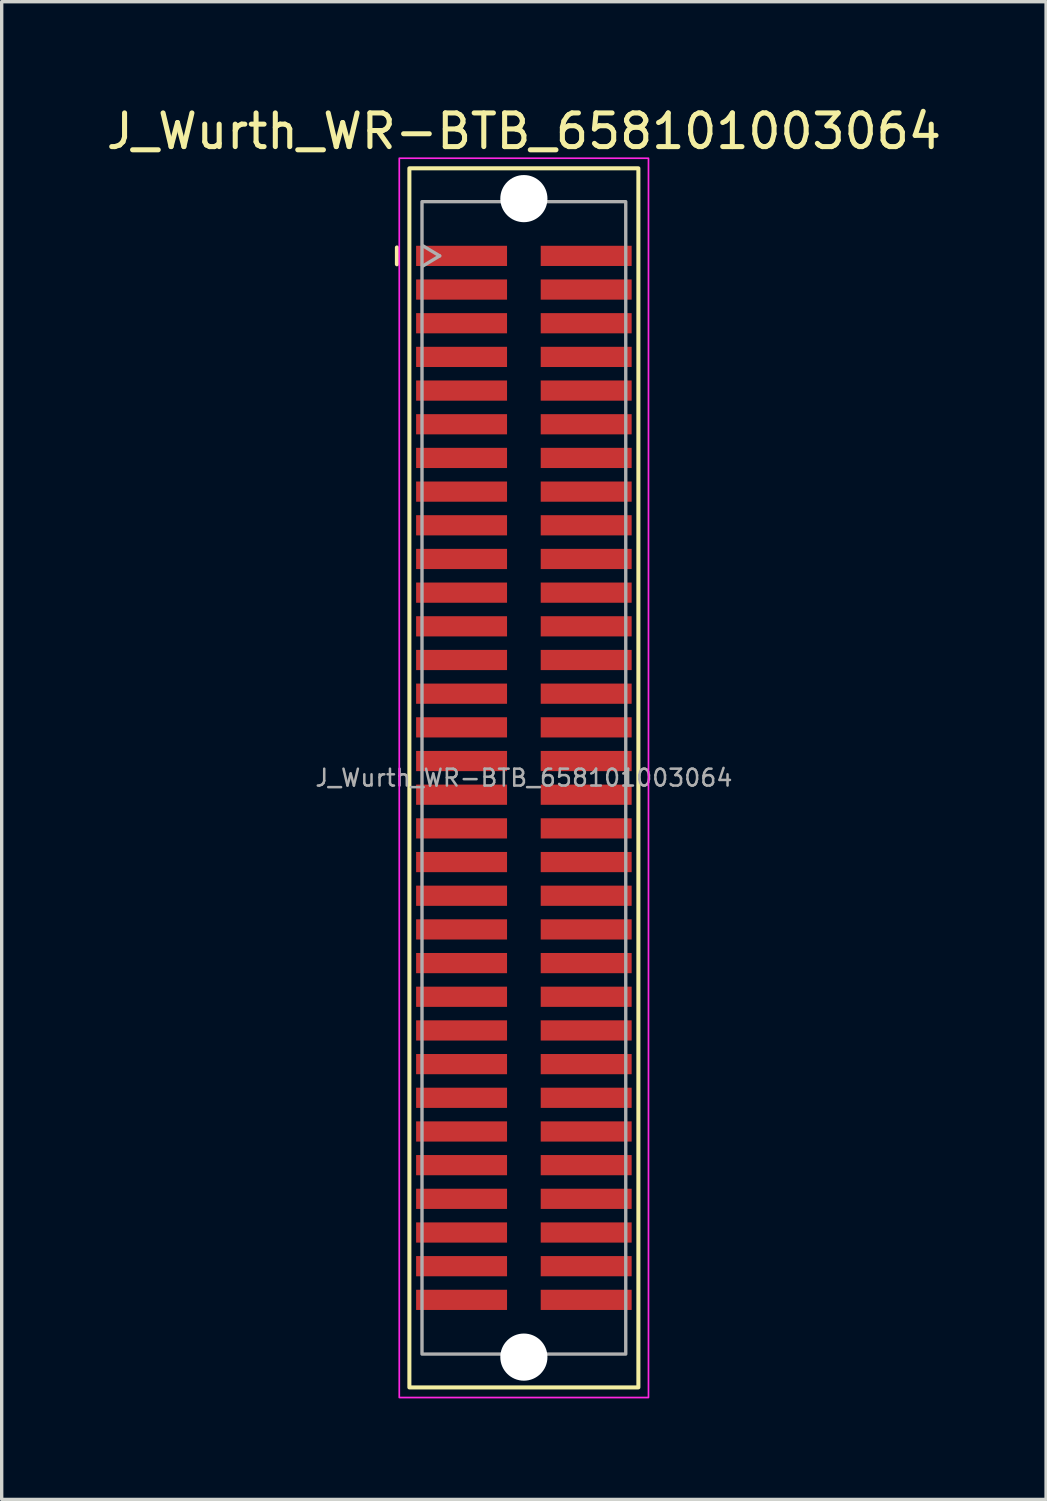
<source format=kicad_pcb>
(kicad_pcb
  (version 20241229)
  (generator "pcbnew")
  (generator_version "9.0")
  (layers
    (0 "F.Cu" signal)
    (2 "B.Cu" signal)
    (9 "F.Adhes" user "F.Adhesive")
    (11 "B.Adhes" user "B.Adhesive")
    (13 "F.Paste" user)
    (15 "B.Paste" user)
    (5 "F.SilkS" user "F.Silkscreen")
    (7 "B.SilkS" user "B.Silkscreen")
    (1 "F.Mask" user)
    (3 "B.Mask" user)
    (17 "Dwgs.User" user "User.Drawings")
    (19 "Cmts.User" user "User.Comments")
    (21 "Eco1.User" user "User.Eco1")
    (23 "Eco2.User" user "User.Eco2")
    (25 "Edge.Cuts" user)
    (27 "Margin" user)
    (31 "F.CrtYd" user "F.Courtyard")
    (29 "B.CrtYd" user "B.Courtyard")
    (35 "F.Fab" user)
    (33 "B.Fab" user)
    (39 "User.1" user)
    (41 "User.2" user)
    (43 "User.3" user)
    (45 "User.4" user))
  (footprint "J_Wurth_WR-BTB_658101003064"
    (layer "F.Cu")
    (at 12.506 20.048)
    (property "Reference" "J_Wurth_WR-BTB_658101003064" (at 0 -19.2 0) (layer "F.SilkS") (effects (font (size 1 1) (thickness 0.15))))
    (attr through_hole)
    (fp_line (start -3.77 -15.25) (end -3.77 -15.75) (stroke (width 0.12) (type solid)) (layer "F.SilkS"))
    (fp_rect (start -3.4 -18.1) (end 3.4 18.1) (stroke (width 0.12) (type solid)) (fill no) (layer "F.SilkS"))
    (fp_rect (start -3.7 -18.4) (end 3.7 18.4) (stroke (width 0.05) (type solid)) (fill no) (layer "F.CrtYd"))
    (fp_line (start -3 -15.8) (end -2.5 -15.5) (stroke (width 0.1) (type default)) (layer "F.Fab"))
    (fp_line (start -2.5 -15.5) (end -3 -15.2) (stroke (width 0.1) (type default)) (layer "F.Fab"))
    (fp_rect (start -3.025 -17.11) (end 3.025 17.11) (stroke (width 0.1) (type solid)) (fill no) (layer "F.Fab"))
    (fp_text user "${REFERENCE}" (at 0 0 0) (unlocked yes) (layer "F.Fab") (effects (font (size 0.5 0.5) (thickness 0.075))))
    (pad "" np_thru_hole circle (at 0 -17.2 270) (size 1.4 1.4) (drill 1.4) (layers "*.Cu" "*.Mask"))
    (pad "" np_thru_hole circle (at 0 17.2 270) (size 1.4 1.4) (drill 1.4) (layers "*.Cu" "*.Mask"))
    (pad "1" smd rect (at -1.85 -15.5 270) (size 0.6 2.7) (layers "F.Cu" "F.Mask" "F.Paste"))
    (pad "2" smd rect (at 1.85 -15.5 270) (size 0.6 2.7) (layers "F.Cu" "F.Mask" "F.Paste"))
    (pad "3" smd rect (at -1.85 -14.5 270) (size 0.6 2.7) (layers "F.Cu" "F.Mask" "F.Paste"))
    (pad "4" smd rect (at 1.85 -14.5 270) (size 0.6 2.7) (layers "F.Cu" "F.Mask" "F.Paste"))
    (pad "5" smd rect (at -1.85 -13.5 270) (size 0.6 2.7) (layers "F.Cu" "F.Mask" "F.Paste"))
    (pad "6" smd rect (at 1.85 -13.5 270) (size 0.6 2.7) (layers "F.Cu" "F.Mask" "F.Paste"))
    (pad "7" smd rect (at -1.85 -12.5 270) (size 0.6 2.7) (layers "F.Cu" "F.Mask" "F.Paste"))
    (pad "8" smd rect (at 1.85 -12.5 270) (size 0.6 2.7) (layers "F.Cu" "F.Mask" "F.Paste"))
    (pad "9" smd rect (at -1.85 -11.5 270) (size 0.6 2.7) (layers "F.Cu" "F.Mask" "F.Paste"))
    (pad "10" smd rect (at 1.85 -11.5 270) (size 0.6 2.7) (layers "F.Cu" "F.Mask" "F.Paste"))
    (pad "11" smd rect (at -1.85 -10.5 270) (size 0.6 2.7) (layers "F.Cu" "F.Mask" "F.Paste"))
    (pad "12" smd rect (at 1.85 -10.5 270) (size 0.6 2.7) (layers "F.Cu" "F.Mask" "F.Paste"))
    (pad "13" smd rect (at -1.85 -9.5 270) (size 0.6 2.7) (layers "F.Cu" "F.Mask" "F.Paste"))
    (pad "14" smd rect (at 1.85 -9.5 270) (size 0.6 2.7) (layers "F.Cu" "F.Mask" "F.Paste"))
    (pad "15" smd rect (at -1.85 -8.5 270) (size 0.6 2.7) (layers "F.Cu" "F.Mask" "F.Paste"))
    (pad "16" smd rect (at 1.85 -8.5 270) (size 0.6 2.7) (layers "F.Cu" "F.Mask" "F.Paste"))
    (pad "17" smd rect (at -1.85 -7.5 270) (size 0.6 2.7) (layers "F.Cu" "F.Mask" "F.Paste"))
    (pad "18" smd rect (at 1.85 -7.5 270) (size 0.6 2.7) (layers "F.Cu" "F.Mask" "F.Paste"))
    (pad "19" smd rect (at -1.85 -6.5 270) (size 0.6 2.7) (layers "F.Cu" "F.Mask" "F.Paste"))
    (pad "20" smd rect (at 1.85 -6.5 270) (size 0.6 2.7) (layers "F.Cu" "F.Mask" "F.Paste"))
    (pad "21" smd rect (at -1.85 -5.5 270) (size 0.6 2.7) (layers "F.Cu" "F.Mask" "F.Paste"))
    (pad "22" smd rect (at 1.85 -5.5 270) (size 0.6 2.7) (layers "F.Cu" "F.Mask" "F.Paste"))
    (pad "23" smd rect (at -1.85 -4.5 270) (size 0.6 2.7) (layers "F.Cu" "F.Mask" "F.Paste"))
    (pad "24" smd rect (at 1.85 -4.5 270) (size 0.6 2.7) (layers "F.Cu" "F.Mask" "F.Paste"))
    (pad "25" smd rect (at -1.85 -3.5 270) (size 0.6 2.7) (layers "F.Cu" "F.Mask" "F.Paste"))
    (pad "26" smd rect (at 1.85 -3.5 270) (size 0.6 2.7) (layers "F.Cu" "F.Mask" "F.Paste"))
    (pad "27" smd rect (at -1.85 -2.5 270) (size 0.6 2.7) (layers "F.Cu" "F.Mask" "F.Paste"))
    (pad "28" smd rect (at 1.85 -2.5 270) (size 0.6 2.7) (layers "F.Cu" "F.Mask" "F.Paste"))
    (pad "29" smd rect (at -1.85 -1.5 270) (size 0.6 2.7) (layers "F.Cu" "F.Mask" "F.Paste"))
    (pad "30" smd rect (at 1.85 -1.5 270) (size 0.6 2.7) (layers "F.Cu" "F.Mask" "F.Paste"))
    (pad "31" smd rect (at -1.85 -0.5 270) (size 0.6 2.7) (layers "F.Cu" "F.Mask" "F.Paste"))
    (pad "32" smd rect (at 1.85 -0.5 270) (size 0.6 2.7) (layers "F.Cu" "F.Mask" "F.Paste"))
    (pad "33" smd rect (at -1.85 0.5 270) (size 0.6 2.7) (layers "F.Cu" "F.Mask" "F.Paste"))
    (pad "34" smd rect (at 1.85 0.5 270) (size 0.6 2.7) (layers "F.Cu" "F.Mask" "F.Paste"))
    (pad "35" smd rect (at -1.85 1.5 270) (size 0.6 2.7) (layers "F.Cu" "F.Mask" "F.Paste"))
    (pad "36" smd rect (at 1.85 1.5 270) (size 0.6 2.7) (layers "F.Cu" "F.Mask" "F.Paste"))
    (pad "37" smd rect (at -1.85 2.5 270) (size 0.6 2.7) (layers "F.Cu" "F.Mask" "F.Paste"))
    (pad "38" smd rect (at 1.85 2.5 270) (size 0.6 2.7) (layers "F.Cu" "F.Mask" "F.Paste"))
    (pad "39" smd rect (at -1.85 3.5 270) (size 0.6 2.7) (layers "F.Cu" "F.Mask" "F.Paste"))
    (pad "40" smd rect (at 1.85 3.5 270) (size 0.6 2.7) (layers "F.Cu" "F.Mask" "F.Paste"))
    (pad "41" smd rect (at -1.85 4.5 270) (size 0.6 2.7) (layers "F.Cu" "F.Mask" "F.Paste"))
    (pad "42" smd rect (at 1.85 4.5 270) (size 0.6 2.7) (layers "F.Cu" "F.Mask" "F.Paste"))
    (pad "43" smd rect (at -1.85 5.5 270) (size 0.6 2.7) (layers "F.Cu" "F.Mask" "F.Paste"))
    (pad "44" smd rect (at 1.85 5.5 270) (size 0.6 2.7) (layers "F.Cu" "F.Mask" "F.Paste"))
    (pad "45" smd rect (at -1.85 6.5 270) (size 0.6 2.7) (layers "F.Cu" "F.Mask" "F.Paste"))
    (pad "46" smd rect (at 1.85 6.5 270) (size 0.6 2.7) (layers "F.Cu" "F.Mask" "F.Paste"))
    (pad "47" smd rect (at -1.85 7.5 270) (size 0.6 2.7) (layers "F.Cu" "F.Mask" "F.Paste"))
    (pad "48" smd rect (at 1.85 7.5 270) (size 0.6 2.7) (layers "F.Cu" "F.Mask" "F.Paste"))
    (pad "49" smd rect (at -1.85 8.5 270) (size 0.6 2.7) (layers "F.Cu" "F.Mask" "F.Paste"))
    (pad "50" smd rect (at 1.85 8.5 270) (size 0.6 2.7) (layers "F.Cu" "F.Mask" "F.Paste"))
    (pad "51" smd rect (at -1.85 9.5 270) (size 0.6 2.7) (layers "F.Cu" "F.Mask" "F.Paste"))
    (pad "52" smd rect (at 1.85 9.5 270) (size 0.6 2.7) (layers "F.Cu" "F.Mask" "F.Paste"))
    (pad "53" smd rect (at -1.85 10.5 270) (size 0.6 2.7) (layers "F.Cu" "F.Mask" "F.Paste"))
    (pad "54" smd rect (at 1.85 10.5 270) (size 0.6 2.7) (layers "F.Cu" "F.Mask" "F.Paste"))
    (pad "55" smd rect (at -1.85 11.5 270) (size 0.6 2.7) (layers "F.Cu" "F.Mask" "F.Paste"))
    (pad "56" smd rect (at 1.85 11.5 270) (size 0.6 2.7) (layers "F.Cu" "F.Mask" "F.Paste"))
    (pad "57" smd rect (at -1.85 12.5 270) (size 0.6 2.7) (layers "F.Cu" "F.Mask" "F.Paste"))
    (pad "58" smd rect (at 1.85 12.5 270) (size 0.6 2.7) (layers "F.Cu" "F.Mask" "F.Paste"))
    (pad "59" smd rect (at -1.85 13.5 270) (size 0.6 2.7) (layers "F.Cu" "F.Mask" "F.Paste"))
    (pad "60" smd rect (at 1.85 13.5 270) (size 0.6 2.7) (layers "F.Cu" "F.Mask" "F.Paste"))
    (pad "61" smd rect (at -1.85 14.5 270) (size 0.6 2.7) (layers "F.Cu" "F.Mask" "F.Paste"))
    (pad "62" smd rect (at 1.85 14.5 270) (size 0.6 2.7) (layers "F.Cu" "F.Mask" "F.Paste"))
    (pad "63" smd rect (at -1.85 15.5 270) (size 0.6 2.7) (layers "F.Cu" "F.Mask" "F.Paste"))
    (pad "64" smd rect (at 1.85 15.5 270) (size 0.6 2.7) (layers "F.Cu" "F.Mask" "F.Paste")))
  (gr_rect
    (start -3 -3)
    (end 28.012 41.473)
    (stroke (width 0.1) (type default))
    (fill no)
    (layer "Edge.Cuts")))
</source>
